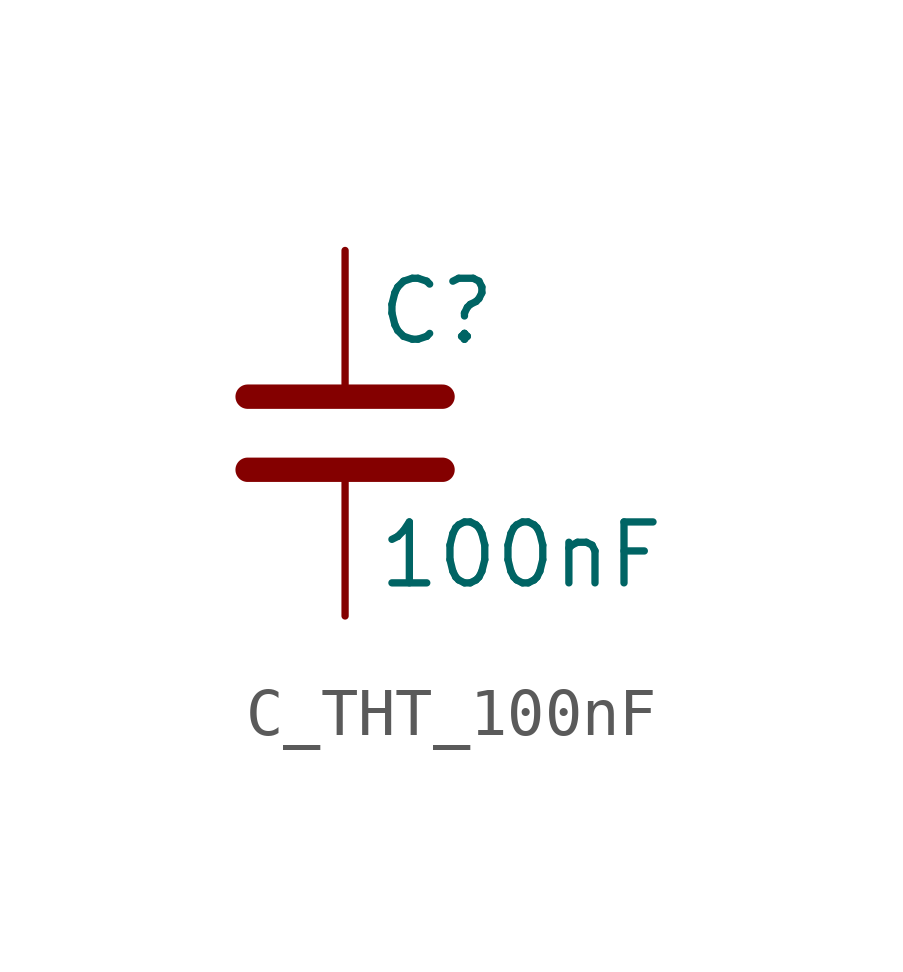
<source format=kicad_sym>
(kicad_symbol_lib
  (version 20241209)
  (generator "kicad_symbol_editor")
  (generator_version "9.0")
  (symbol "C_THT_100nF"
    (pin_numbers
      (hide yes))
    (pin_names
      (offset 0.254))
    (property "Reference" "C"
      (at 0.635 2.54 0)
      (effects (font (size 1.27 1.27)) (justify left)))
    (property "Value" "100nF"
      (at 0.635 -2.54 0)
      (effects (font (size 1.27 1.27)) (justify left)))
    (symbol "C_THT_100nF_0_1"
      (polyline (pts (xy -2.032 0.762) (xy 2.032 0.762)) (stroke (width 0.508) (type default)) (fill (type none)))
      (polyline (pts (xy -2.032 -0.762) (xy 2.032 -0.762)) (stroke (width 0.508) (type default)) (fill (type none))))
    (symbol "C_THT_100nF_1_1"
      (pin passive line (at 0 3.81 270) (length 2.794) (name "~" (effects (font (size 1.27 1.27)))) (number "1" (effects (font (size 1.27 1.27)))))
      (pin passive line (at 0 -3.81 90) (length 2.794) (name "~" (effects (font (size 1.27 1.27)))) (number "2" (effects (font (size 1.27 1.27))))))))
</source>
